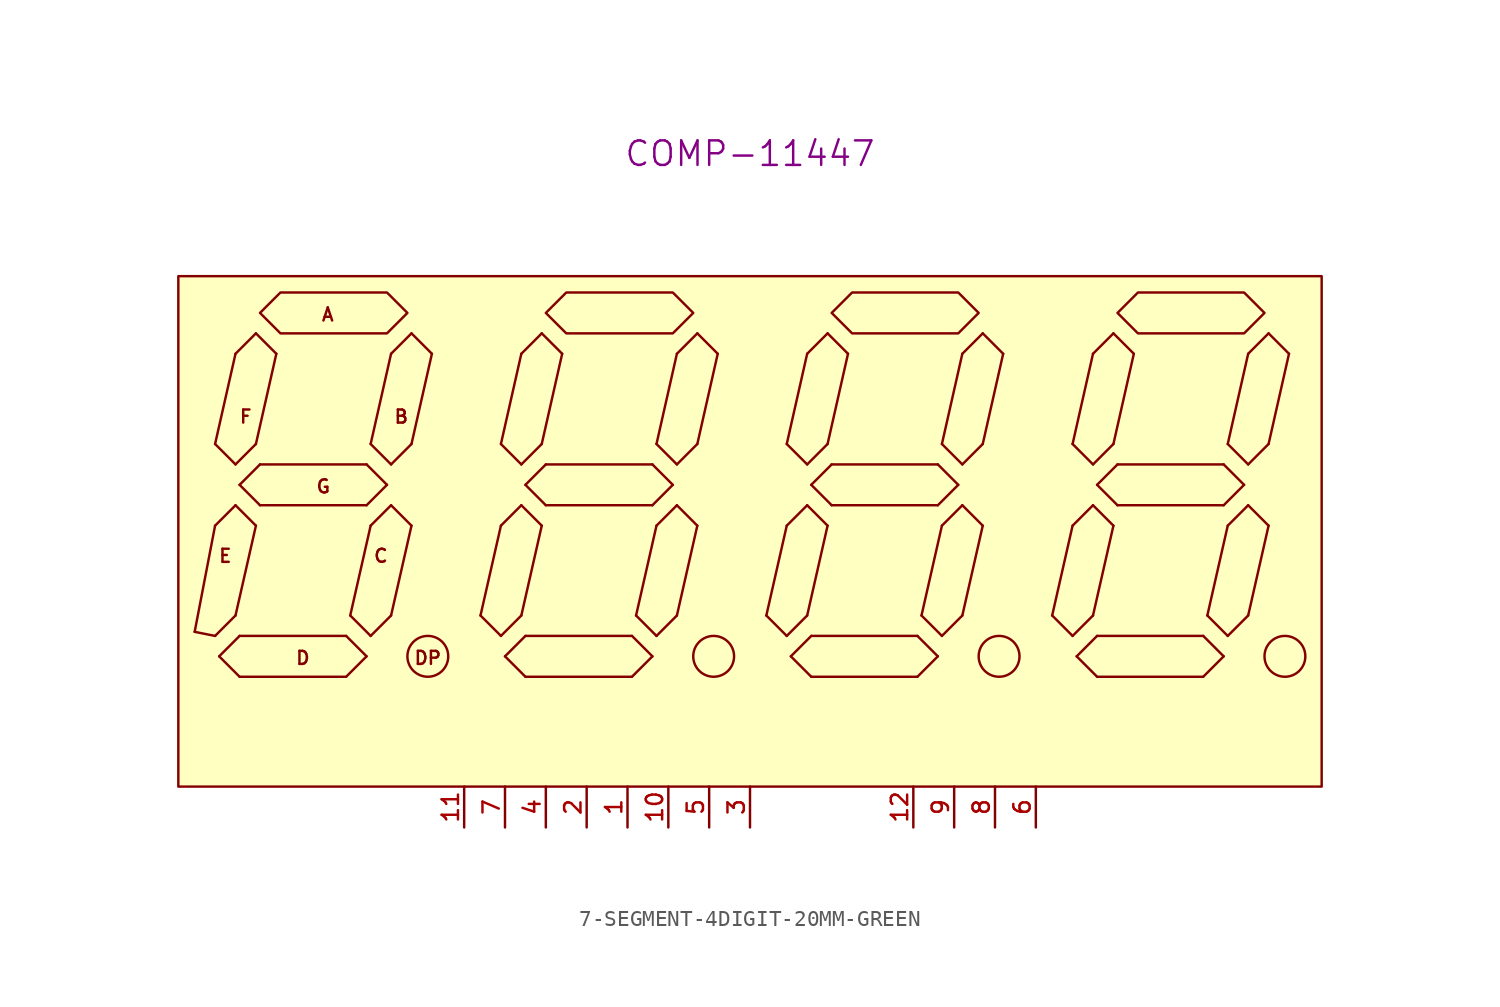
<source format=kicad_sym>
(kicad_symbol_lib
  (version 20211014)
  (generator kicad_symbol_editor)
  (symbol "7-SEGMENT-4DIGIT-20MM-GREEN"
    (pin_names
      (offset 1.016) hide)
    (property "Reference" "DISP"
      (at 0 20.32 0)
      (effects (font (size 1.143 1.143)) hide))
    (property "Field4" "COMP-11447"
      (at 0 24.13 0)
      (effects (font (size 1.524 1.524))))
    (property "ki_locked" ""
      (at 0 0 0)
      (effects (font (size 1.27 1.27))))
    (symbol "7-SEGMENT-4DIGIT-20MM-GREEN_1_0"
      (polyline (pts (xy -34.544 -5.613) (xy -33.274 -5.867)) (stroke (width 0) (type default) (color 0 0 0 0)) (fill (type none)))
      (polyline (pts (xy -33.274 -5.867) (xy -32.004 -4.597)) (stroke (width 0) (type default) (color 0 0 0 0)) (fill (type none)))
      (polyline (pts (xy -33.274 0.991) (xy -34.544 -5.613)) (stroke (width 0) (type default) (color 0 0 0 0)) (fill (type none)))
      (polyline (pts (xy -33.274 6.071) (xy -32.004 4.801)) (stroke (width 0) (type default) (color 0 0 0 0)) (fill (type none)))
      (polyline (pts (xy -33.02 -7.137) (xy -31.75 -8.407)) (stroke (width 0) (type default) (color 0 0 0 0)) (fill (type none)))
      (polyline (pts (xy -33.02 -7.137) (xy -31.75 -5.867)) (stroke (width 0) (type default) (color 0 0 0 0)) (fill (type none)))
      (polyline (pts (xy -32.004 -4.597) (xy -30.734 0.991)) (stroke (width 0) (type default) (color 0 0 0 0)) (fill (type none)))
      (polyline (pts (xy -32.004 2.261) (xy -33.274 0.991)) (stroke (width 0) (type default) (color 0 0 0 0)) (fill (type none)))
      (polyline (pts (xy -32.004 2.261) (xy -30.734 0.991)) (stroke (width 0) (type default) (color 0 0 0 0)) (fill (type none)))
      (polyline (pts (xy -32.004 4.801) (xy -30.734 6.071)) (stroke (width 0) (type default) (color 0 0 0 0)) (fill (type none)))
      (polyline (pts (xy -32.004 11.684) (xy -33.274 6.071)) (stroke (width 0) (type default) (color 0 0 0 0)) (fill (type none)))
      (polyline (pts (xy -31.75 -8.407) (xy -25.121 -8.407)) (stroke (width 0) (type default) (color 0 0 0 0)) (fill (type none)))
      (polyline (pts (xy -31.75 3.531) (xy -30.48 2.261)) (stroke (width 0) (type default) (color 0 0 0 0)) (fill (type none)))
      (polyline (pts (xy -31.75 3.531) (xy -30.48 4.801)) (stroke (width 0) (type default) (color 0 0 0 0)) (fill (type none)))
      (polyline (pts (xy -30.734 6.071) (xy -29.464 11.684)) (stroke (width 0) (type default) (color 0 0 0 0)) (fill (type none)))
      (polyline (pts (xy -30.734 12.954) (xy -32.004 11.684)) (stroke (width 0) (type default) (color 0 0 0 0)) (fill (type none)))
      (polyline (pts (xy -30.734 12.954) (xy -29.464 11.684)) (stroke (width 0) (type default) (color 0 0 0 0)) (fill (type none)))
      (polyline (pts (xy -30.48 2.261) (xy -23.851 2.261)) (stroke (width 0) (type default) (color 0 0 0 0)) (fill (type none)))
      (polyline (pts (xy -25.121 -8.407) (xy -23.851 -7.137)) (stroke (width 0) (type default) (color 0 0 0 0)) (fill (type none)))
      (polyline (pts (xy -25.121 -5.867) (xy -31.75 -5.867)) (stroke (width 0) (type default) (color 0 0 0 0)) (fill (type none)))
      (polyline (pts (xy -24.867 -4.597) (xy -23.597 -5.867)) (stroke (width 0) (type default) (color 0 0 0 0)) (fill (type none)))
      (polyline (pts (xy -23.851 -7.137) (xy -25.121 -5.867)) (stroke (width 0) (type default) (color 0 0 0 0)) (fill (type none)))
      (polyline (pts (xy -23.851 2.261) (xy -22.581 3.531)) (stroke (width 0) (type default) (color 0 0 0 0)) (fill (type none)))
      (polyline (pts (xy -23.851 4.801) (xy -30.48 4.801)) (stroke (width 0) (type default) (color 0 0 0 0)) (fill (type none)))
      (polyline (pts (xy -23.597 -5.867) (xy -22.327 -4.597)) (stroke (width 0) (type default) (color 0 0 0 0)) (fill (type none)))
      (polyline (pts (xy -23.597 0.991) (xy -24.867 -4.597)) (stroke (width 0) (type default) (color 0 0 0 0)) (fill (type none)))
      (polyline (pts (xy -23.597 6.071) (xy -22.327 4.801)) (stroke (width 0) (type default) (color 0 0 0 0)) (fill (type none)))
      (polyline (pts (xy -22.581 3.531) (xy -23.851 4.801)) (stroke (width 0) (type default) (color 0 0 0 0)) (fill (type none)))
      (polyline (pts (xy -22.327 -4.597) (xy -21.057 0.991)) (stroke (width 0) (type default) (color 0 0 0 0)) (fill (type none)))
      (polyline (pts (xy -22.327 2.261) (xy -23.597 0.991)) (stroke (width 0) (type default) (color 0 0 0 0)) (fill (type none)))
      (polyline (pts (xy -22.327 2.261) (xy -21.057 0.991)) (stroke (width 0) (type default) (color 0 0 0 0)) (fill (type none)))
      (polyline (pts (xy -22.327 4.801) (xy -21.057 6.071)) (stroke (width 0) (type default) (color 0 0 0 0)) (fill (type none)))
      (polyline (pts (xy -22.327 11.684) (xy -23.597 6.071)) (stroke (width 0) (type default) (color 0 0 0 0)) (fill (type none)))
      (polyline (pts (xy -21.057 6.071) (xy -19.787 11.684)) (stroke (width 0) (type default) (color 0 0 0 0)) (fill (type none)))
      (polyline (pts (xy -21.057 12.954) (xy -22.327 11.684)) (stroke (width 0) (type default) (color 0 0 0 0)) (fill (type none)))
      (polyline (pts (xy -21.057 12.954) (xy -19.787 11.684)) (stroke (width 0) (type default) (color 0 0 0 0)) (fill (type none)))
      (polyline (pts (xy -16.764 -4.597) (xy -15.494 -5.867)) (stroke (width 0) (type default) (color 0 0 0 0)) (fill (type none)))
      (polyline (pts (xy -15.494 -5.867) (xy -14.224 -4.597)) (stroke (width 0) (type default) (color 0 0 0 0)) (fill (type none)))
      (polyline (pts (xy -15.494 0.991) (xy -16.764 -4.597)) (stroke (width 0) (type default) (color 0 0 0 0)) (fill (type none)))
      (polyline (pts (xy -15.494 6.071) (xy -14.224 4.801)) (stroke (width 0) (type default) (color 0 0 0 0)) (fill (type none)))
      (polyline (pts (xy -15.24 -7.137) (xy -13.97 -8.407)) (stroke (width 0) (type default) (color 0 0 0 0)) (fill (type none)))
      (polyline (pts (xy -15.24 -7.137) (xy -13.97 -5.867)) (stroke (width 0) (type default) (color 0 0 0 0)) (fill (type none)))
      (polyline (pts (xy -14.224 -4.597) (xy -12.954 0.991)) (stroke (width 0) (type default) (color 0 0 0 0)) (fill (type none)))
      (polyline (pts (xy -14.224 2.261) (xy -15.494 0.991)) (stroke (width 0) (type default) (color 0 0 0 0)) (fill (type none)))
      (polyline (pts (xy -14.224 2.261) (xy -12.954 0.991)) (stroke (width 0) (type default) (color 0 0 0 0)) (fill (type none)))
      (polyline (pts (xy -14.224 4.801) (xy -12.954 6.071)) (stroke (width 0) (type default) (color 0 0 0 0)) (fill (type none)))
      (polyline (pts (xy -14.224 11.684) (xy -15.494 6.071)) (stroke (width 0) (type default) (color 0 0 0 0)) (fill (type none)))
      (polyline (pts (xy -13.97 -8.407) (xy -7.341 -8.407)) (stroke (width 0) (type default) (color 0 0 0 0)) (fill (type none)))
      (polyline (pts (xy -13.97 3.531) (xy -12.7 2.261)) (stroke (width 0) (type default) (color 0 0 0 0)) (fill (type none)))
      (polyline (pts (xy -13.97 3.531) (xy -12.7 4.801)) (stroke (width 0) (type default) (color 0 0 0 0)) (fill (type none)))
      (polyline (pts (xy -12.954 6.071) (xy -11.684 11.684)) (stroke (width 0) (type default) (color 0 0 0 0)) (fill (type none)))
      (polyline (pts (xy -12.954 12.954) (xy -14.224 11.684)) (stroke (width 0) (type default) (color 0 0 0 0)) (fill (type none)))
      (polyline (pts (xy -12.954 12.954) (xy -11.684 11.684)) (stroke (width 0) (type default) (color 0 0 0 0)) (fill (type none)))
      (polyline (pts (xy -12.7 2.261) (xy -6.071 2.261)) (stroke (width 0) (type default) (color 0 0 0 0)) (fill (type none)))
      (polyline (pts (xy -7.341 -8.407) (xy -6.071 -7.137)) (stroke (width 0) (type default) (color 0 0 0 0)) (fill (type none)))
      (polyline (pts (xy -7.341 -5.867) (xy -13.97 -5.867)) (stroke (width 0) (type default) (color 0 0 0 0)) (fill (type none)))
      (polyline (pts (xy -7.087 -4.597) (xy -5.817 -5.867)) (stroke (width 0) (type default) (color 0 0 0 0)) (fill (type none)))
      (polyline (pts (xy -6.071 -7.137) (xy -7.341 -5.867)) (stroke (width 0) (type default) (color 0 0 0 0)) (fill (type none)))
      (polyline (pts (xy -6.071 2.261) (xy -4.801 3.531)) (stroke (width 0) (type default) (color 0 0 0 0)) (fill (type none)))
      (polyline (pts (xy -6.071 4.801) (xy -12.7 4.801)) (stroke (width 0) (type default) (color 0 0 0 0)) (fill (type none)))
      (polyline (pts (xy -5.817 -5.867) (xy -4.547 -4.597)) (stroke (width 0) (type default) (color 0 0 0 0)) (fill (type none)))
      (polyline (pts (xy -5.817 0.991) (xy -7.087 -4.597)) (stroke (width 0) (type default) (color 0 0 0 0)) (fill (type none)))
      (polyline (pts (xy -5.817 6.071) (xy -4.547 4.801)) (stroke (width 0) (type default) (color 0 0 0 0)) (fill (type none)))
      (polyline (pts (xy -4.801 3.531) (xy -6.071 4.801)) (stroke (width 0) (type default) (color 0 0 0 0)) (fill (type none)))
      (polyline (pts (xy -4.547 -4.597) (xy -3.277 0.991)) (stroke (width 0) (type default) (color 0 0 0 0)) (fill (type none)))
      (polyline (pts (xy -4.547 2.261) (xy -5.817 0.991)) (stroke (width 0) (type default) (color 0 0 0 0)) (fill (type none)))
      (polyline (pts (xy -4.547 2.261) (xy -3.277 0.991)) (stroke (width 0) (type default) (color 0 0 0 0)) (fill (type none)))
      (polyline (pts (xy -4.547 4.801) (xy -3.277 6.071)) (stroke (width 0) (type default) (color 0 0 0 0)) (fill (type none)))
      (polyline (pts (xy -4.547 11.684) (xy -5.817 6.071)) (stroke (width 0) (type default) (color 0 0 0 0)) (fill (type none)))
      (polyline (pts (xy -3.277 6.071) (xy -2.007 11.684)) (stroke (width 0) (type default) (color 0 0 0 0)) (fill (type none)))
      (polyline (pts (xy -3.277 12.954) (xy -4.547 11.684)) (stroke (width 0) (type default) (color 0 0 0 0)) (fill (type none)))
      (polyline (pts (xy -3.277 12.954) (xy -2.007 11.684)) (stroke (width 0) (type default) (color 0 0 0 0)) (fill (type none)))
      (polyline (pts (xy 1.016 -4.597) (xy 2.286 -5.867)) (stroke (width 0) (type default) (color 0 0 0 0)) (fill (type none)))
      (polyline (pts (xy 2.286 -5.867) (xy 3.556 -4.597)) (stroke (width 0) (type default) (color 0 0 0 0)) (fill (type none)))
      (polyline (pts (xy 2.286 0.991) (xy 1.016 -4.597)) (stroke (width 0) (type default) (color 0 0 0 0)) (fill (type none)))
      (polyline (pts (xy 2.286 6.071) (xy 3.556 4.801)) (stroke (width 0) (type default) (color 0 0 0 0)) (fill (type none)))
      (polyline (pts (xy 2.54 -7.137) (xy 3.81 -8.407)) (stroke (width 0) (type default) (color 0 0 0 0)) (fill (type none)))
      (polyline (pts (xy 2.54 -7.137) (xy 3.81 -5.867)) (stroke (width 0) (type default) (color 0 0 0 0)) (fill (type none)))
      (polyline (pts (xy 3.556 -4.597) (xy 4.826 0.991)) (stroke (width 0) (type default) (color 0 0 0 0)) (fill (type none)))
      (polyline (pts (xy 3.556 2.261) (xy 2.286 0.991)) (stroke (width 0) (type default) (color 0 0 0 0)) (fill (type none)))
      (polyline (pts (xy 3.556 2.261) (xy 4.826 0.991)) (stroke (width 0) (type default) (color 0 0 0 0)) (fill (type none)))
      (polyline (pts (xy 3.556 4.801) (xy 4.826 6.071)) (stroke (width 0) (type default) (color 0 0 0 0)) (fill (type none)))
      (polyline (pts (xy 3.556 11.684) (xy 2.286 6.071)) (stroke (width 0) (type default) (color 0 0 0 0)) (fill (type none)))
      (polyline (pts (xy 3.81 -8.407) (xy 10.414 -8.407)) (stroke (width 0) (type default) (color 0 0 0 0)) (fill (type none)))
      (polyline (pts (xy 3.81 3.531) (xy 5.08 2.261)) (stroke (width 0) (type default) (color 0 0 0 0)) (fill (type none)))
      (polyline (pts (xy 3.81 3.531) (xy 5.08 4.801)) (stroke (width 0) (type default) (color 0 0 0 0)) (fill (type none)))
      (polyline (pts (xy 4.826 6.071) (xy 6.096 11.684)) (stroke (width 0) (type default) (color 0 0 0 0)) (fill (type none)))
      (polyline (pts (xy 4.826 12.954) (xy 3.556 11.684)) (stroke (width 0) (type default) (color 0 0 0 0)) (fill (type none)))
      (polyline (pts (xy 4.826 12.954) (xy 6.096 11.684)) (stroke (width 0) (type default) (color 0 0 0 0)) (fill (type none)))
      (polyline (pts (xy 5.08 2.261) (xy 11.684 2.261)) (stroke (width 0) (type default) (color 0 0 0 0)) (fill (type none)))
      (polyline (pts (xy 10.414 -8.407) (xy 11.684 -7.137)) (stroke (width 0) (type default) (color 0 0 0 0)) (fill (type none)))
      (polyline (pts (xy 10.414 -5.867) (xy 3.81 -5.867)) (stroke (width 0) (type default) (color 0 0 0 0)) (fill (type none)))
      (polyline (pts (xy 10.668 -4.597) (xy 11.938 -5.867)) (stroke (width 0) (type default) (color 0 0 0 0)) (fill (type none)))
      (polyline (pts (xy 11.684 -7.137) (xy 10.414 -5.867)) (stroke (width 0) (type default) (color 0 0 0 0)) (fill (type none)))
      (polyline (pts (xy 11.684 2.261) (xy 12.954 3.531)) (stroke (width 0) (type default) (color 0 0 0 0)) (fill (type none)))
      (polyline (pts (xy 11.684 4.801) (xy 5.08 4.801)) (stroke (width 0) (type default) (color 0 0 0 0)) (fill (type none)))
      (polyline (pts (xy 11.938 -5.867) (xy 13.208 -4.597)) (stroke (width 0) (type default) (color 0 0 0 0)) (fill (type none)))
      (polyline (pts (xy 11.938 0.991) (xy 10.668 -4.597)) (stroke (width 0) (type default) (color 0 0 0 0)) (fill (type none)))
      (polyline (pts (xy 11.938 6.071) (xy 13.208 4.801)) (stroke (width 0) (type default) (color 0 0 0 0)) (fill (type none)))
      (polyline (pts (xy 12.954 3.531) (xy 11.684 4.801)) (stroke (width 0) (type default) (color 0 0 0 0)) (fill (type none)))
      (polyline (pts (xy 13.208 -4.597) (xy 14.478 0.991)) (stroke (width 0) (type default) (color 0 0 0 0)) (fill (type none)))
      (polyline (pts (xy 13.208 2.261) (xy 11.938 0.991)) (stroke (width 0) (type default) (color 0 0 0 0)) (fill (type none)))
      (polyline (pts (xy 13.208 2.261) (xy 14.478 0.991)) (stroke (width 0) (type default) (color 0 0 0 0)) (fill (type none)))
      (polyline (pts (xy 13.208 4.801) (xy 14.478 6.071)) (stroke (width 0) (type default) (color 0 0 0 0)) (fill (type none)))
      (polyline (pts (xy 13.208 11.684) (xy 11.938 6.071)) (stroke (width 0) (type default) (color 0 0 0 0)) (fill (type none)))
      (polyline (pts (xy 14.478 6.071) (xy 15.748 11.684)) (stroke (width 0) (type default) (color 0 0 0 0)) (fill (type none)))
      (polyline (pts (xy 14.478 12.954) (xy 13.208 11.684)) (stroke (width 0) (type default) (color 0 0 0 0)) (fill (type none)))
      (polyline (pts (xy 14.478 12.954) (xy 15.748 11.684)) (stroke (width 0) (type default) (color 0 0 0 0)) (fill (type none)))
      (polyline (pts (xy 18.796 -4.597) (xy 20.066 -5.867)) (stroke (width 0) (type default) (color 0 0 0 0)) (fill (type none)))
      (polyline (pts (xy 20.066 -5.867) (xy 21.336 -4.597)) (stroke (width 0) (type default) (color 0 0 0 0)) (fill (type none)))
      (polyline (pts (xy 20.066 0.991) (xy 18.796 -4.597)) (stroke (width 0) (type default) (color 0 0 0 0)) (fill (type none)))
      (polyline (pts (xy 20.066 6.071) (xy 21.336 4.801)) (stroke (width 0) (type default) (color 0 0 0 0)) (fill (type none)))
      (polyline (pts (xy 20.32 -7.137) (xy 21.59 -8.407)) (stroke (width 0) (type default) (color 0 0 0 0)) (fill (type none)))
      (polyline (pts (xy 20.32 -7.137) (xy 21.59 -5.867)) (stroke (width 0) (type default) (color 0 0 0 0)) (fill (type none)))
      (polyline (pts (xy 21.336 -4.597) (xy 22.606 0.991)) (stroke (width 0) (type default) (color 0 0 0 0)) (fill (type none)))
      (polyline (pts (xy 21.336 2.261) (xy 20.066 0.991)) (stroke (width 0) (type default) (color 0 0 0 0)) (fill (type none)))
      (polyline (pts (xy 21.336 2.261) (xy 22.606 0.991)) (stroke (width 0) (type default) (color 0 0 0 0)) (fill (type none)))
      (polyline (pts (xy 21.336 4.801) (xy 22.606 6.071)) (stroke (width 0) (type default) (color 0 0 0 0)) (fill (type none)))
      (polyline (pts (xy 21.336 11.684) (xy 20.066 6.071)) (stroke (width 0) (type default) (color 0 0 0 0)) (fill (type none)))
      (polyline (pts (xy 21.59 -8.407) (xy 28.194 -8.407)) (stroke (width 0) (type default) (color 0 0 0 0)) (fill (type none)))
      (polyline (pts (xy 21.59 3.531) (xy 22.86 2.261)) (stroke (width 0) (type default) (color 0 0 0 0)) (fill (type none)))
      (polyline (pts (xy 21.59 3.531) (xy 22.86 4.801)) (stroke (width 0) (type default) (color 0 0 0 0)) (fill (type none)))
      (polyline (pts (xy 22.606 6.071) (xy 23.876 11.684)) (stroke (width 0) (type default) (color 0 0 0 0)) (fill (type none)))
      (polyline (pts (xy 22.606 12.954) (xy 21.336 11.684)) (stroke (width 0) (type default) (color 0 0 0 0)) (fill (type none)))
      (polyline (pts (xy 22.606 12.954) (xy 23.876 11.684)) (stroke (width 0) (type default) (color 0 0 0 0)) (fill (type none)))
      (polyline (pts (xy 22.86 2.261) (xy 29.464 2.261)) (stroke (width 0) (type default) (color 0 0 0 0)) (fill (type none)))
      (polyline (pts (xy 28.194 -8.407) (xy 29.464 -7.137)) (stroke (width 0) (type default) (color 0 0 0 0)) (fill (type none)))
      (polyline (pts (xy 28.194 -5.867) (xy 21.59 -5.867)) (stroke (width 0) (type default) (color 0 0 0 0)) (fill (type none)))
      (polyline (pts (xy 28.448 -4.597) (xy 29.718 -5.867)) (stroke (width 0) (type default) (color 0 0 0 0)) (fill (type none)))
      (polyline (pts (xy 29.464 -7.137) (xy 28.194 -5.867)) (stroke (width 0) (type default) (color 0 0 0 0)) (fill (type none)))
      (polyline (pts (xy 29.464 2.261) (xy 30.734 3.531)) (stroke (width 0) (type default) (color 0 0 0 0)) (fill (type none)))
      (polyline (pts (xy 29.464 4.801) (xy 22.86 4.801)) (stroke (width 0) (type default) (color 0 0 0 0)) (fill (type none)))
      (polyline (pts (xy 29.718 -5.867) (xy 30.988 -4.597)) (stroke (width 0) (type default) (color 0 0 0 0)) (fill (type none)))
      (polyline (pts (xy 29.718 0.991) (xy 28.448 -4.597)) (stroke (width 0) (type default) (color 0 0 0 0)) (fill (type none)))
      (polyline (pts (xy 29.718 6.071) (xy 30.988 4.801)) (stroke (width 0) (type default) (color 0 0 0 0)) (fill (type none)))
      (polyline (pts (xy 30.734 3.531) (xy 29.464 4.801)) (stroke (width 0) (type default) (color 0 0 0 0)) (fill (type none)))
      (polyline (pts (xy 30.988 -4.597) (xy 32.258 0.991)) (stroke (width 0) (type default) (color 0 0 0 0)) (fill (type none)))
      (polyline (pts (xy 30.988 2.261) (xy 29.718 0.991)) (stroke (width 0) (type default) (color 0 0 0 0)) (fill (type none)))
      (polyline (pts (xy 30.988 2.261) (xy 32.258 0.991)) (stroke (width 0) (type default) (color 0 0 0 0)) (fill (type none)))
      (polyline (pts (xy 30.988 4.801) (xy 32.258 6.071)) (stroke (width 0) (type default) (color 0 0 0 0)) (fill (type none)))
      (polyline (pts (xy 30.988 11.684) (xy 29.718 6.071)) (stroke (width 0) (type default) (color 0 0 0 0)) (fill (type none)))
      (polyline (pts (xy 32.258 6.071) (xy 33.528 11.684)) (stroke (width 0) (type default) (color 0 0 0 0)) (fill (type none)))
      (polyline (pts (xy 32.258 12.954) (xy 30.988 11.684)) (stroke (width 0) (type default) (color 0 0 0 0)) (fill (type none)))
      (polyline (pts (xy 32.258 12.954) (xy 33.528 11.684)) (stroke (width 0) (type default) (color 0 0 0 0)) (fill (type none)))
      (text "A" (at -26.264 14.122 0) (effects (font (size 0.813 0.813))))
      (text "B" (at -21.692 7.772 0) (effects (font (size 0.813 0.813))))
      (text "C" (at -22.962 -0.889 0) (effects (font (size 0.813 0.813))))
      (text "D" (at -27.813 -7.239 0) (effects (font (size 0.813 0.813))))
      (text "DP" (at -20.041 -7.239 0) (effects (font (size 0.813 0.813))))
      (text "E" (at -32.639 -0.889 0) (effects (font (size 0.813 0.813))))
      (text "F" (at -31.369 7.772 0) (effects (font (size 0.813 0.813))))
      (text "G" (at -26.543 3.429 0) (effects (font (size 0.813 0.813)))))
    (symbol "7-SEGMENT-4DIGIT-20MM-GREEN_1_1"
      (circle (center -20.041 -7.137) (radius 1.27) (stroke (width 0) (type default) (color 0 0 0 0)) (fill (type none)))
      (circle (center -2.261 -7.137) (radius 1.27) (stroke (width 0) (type default) (color 0 0 0 0)) (fill (type none)))
      (polyline (pts (xy -35.56 16.51) (xy 35.56 16.51) (xy 35.56 -15.24) (xy -35.56 -15.24) (xy -35.56 16.51)) (stroke (width 0) (type default) (color 0 0 0 0)) (fill (type background)))
      (polyline (pts (xy -22.581 15.494) (xy -21.311 14.224) (xy -22.581 12.954) (xy -29.21 12.954) (xy -30.48 14.224) (xy -29.21 15.494) (xy -22.581 15.494)) (stroke (width 0) (type default) (color 0 0 0 0)) (fill (type background)))
      (polyline (pts (xy -4.801 15.494) (xy -3.531 14.224) (xy -4.801 12.954) (xy -11.43 12.954) (xy -12.7 14.224) (xy -11.43 15.494) (xy -4.801 15.494)) (stroke (width 0) (type default) (color 0 0 0 0)) (fill (type background)))
      (polyline (pts (xy 12.954 15.494) (xy 14.224 14.224) (xy 12.954 12.954) (xy 6.35 12.954) (xy 5.08 14.224) (xy 6.35 15.494) (xy 12.954 15.494)) (stroke (width 0) (type default) (color 0 0 0 0)) (fill (type background)))
      (polyline (pts (xy 30.734 15.494) (xy 32.004 14.224) (xy 30.734 12.954) (xy 24.13 12.954) (xy 22.86 14.224) (xy 24.13 15.494) (xy 30.734 15.494)) (stroke (width 0) (type default) (color 0 0 0 0)) (fill (type background)))
      (circle (center 15.494 -7.137) (radius 1.27) (stroke (width 0) (type default) (color 0 0 0 0)) (fill (type none)))
      (circle (center 33.274 -7.137) (radius 1.27) (stroke (width 0) (type default) (color 0 0 0 0)) (fill (type none)))
      (pin bidirectional line (at -7.62 -17.78 90) (length 2.54) (name "E" (effects (font (size 1.016 1.016)))) (number "1" (effects (font (size 1.016 1.016)))))
      (pin bidirectional line (at -5.08 -17.78 90) (length 2.54) (name "F" (effects (font (size 1.016 1.016)))) (number "10" (effects (font (size 1.016 1.016)))))
      (pin bidirectional line (at -17.78 -17.78 90) (length 2.54) (name "A" (effects (font (size 1.016 1.016)))) (number "11" (effects (font (size 1.016 1.016)))))
      (pin bidirectional line (at 10.16 -17.78 90) (length 2.54) (name "D1" (effects (font (size 1.016 1.016)))) (number "12" (effects (font (size 1.016 1.016)))))
      (pin bidirectional line (at -10.16 -17.78 90) (length 2.54) (name "D" (effects (font (size 1.016 1.016)))) (number "2" (effects (font (size 1.016 1.016)))))
      (pin bidirectional line (at 0 -17.78 90) (length 2.54) (name "DP" (effects (font (size 1.016 1.016)))) (number "3" (effects (font (size 1.016 1.016)))))
      (pin bidirectional line (at -12.7 -17.78 90) (length 2.54) (name "C" (effects (font (size 1.016 1.016)))) (number "4" (effects (font (size 1.016 1.016)))))
      (pin bidirectional line (at -2.54 -17.78 90) (length 2.54) (name "G" (effects (font (size 1.016 1.016)))) (number "5" (effects (font (size 1.016 1.016)))))
      (pin bidirectional line (at 17.78 -17.78 90) (length 2.54) (name "D4" (effects (font (size 1.016 1.016)))) (number "6" (effects (font (size 1.016 1.016)))))
      (pin bidirectional line (at -15.24 -17.78 90) (length 2.54) (name "B" (effects (font (size 1.016 1.016)))) (number "7" (effects (font (size 1.016 1.016)))))
      (pin bidirectional line (at 15.24 -17.78 90) (length 2.54) (name "D3" (effects (font (size 1.016 1.016)))) (number "8" (effects (font (size 1.016 1.016)))))
      (pin bidirectional line (at 12.7 -17.78 90) (length 2.54) (name "D2" (effects (font (size 1.016 1.016)))) (number "9" (effects (font (size 1.016 1.016))))))))
</source>
